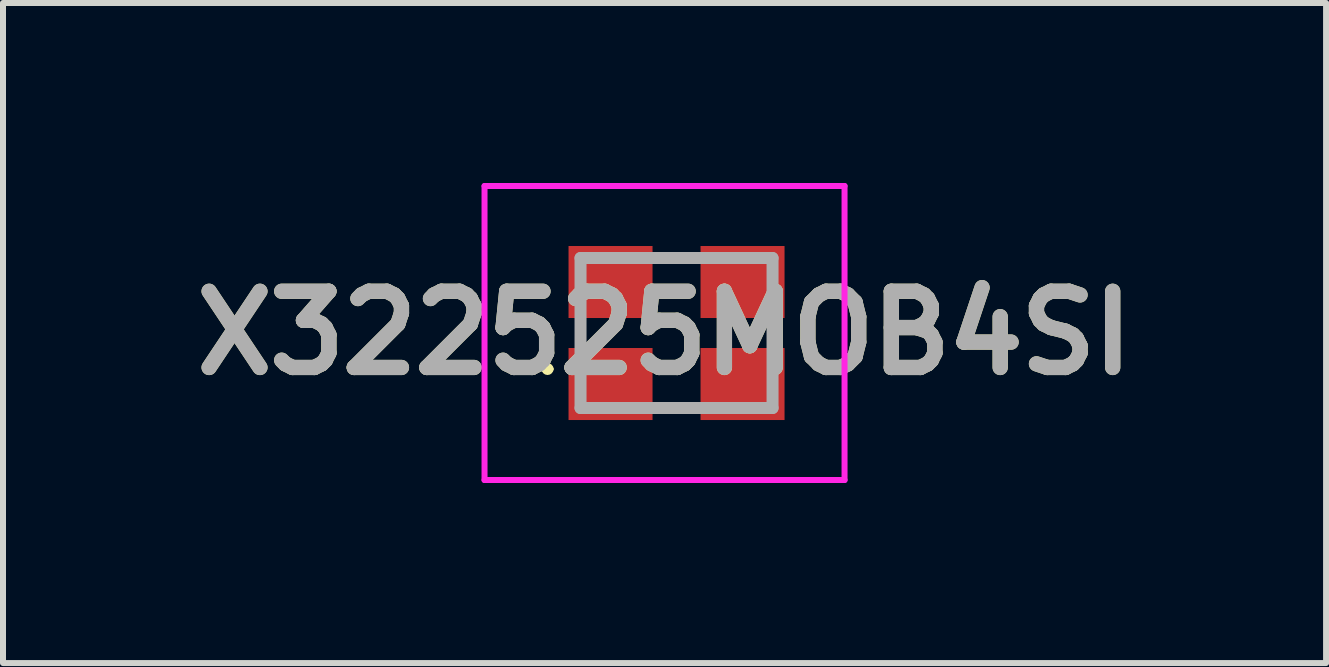
<source format=kicad_pcb>
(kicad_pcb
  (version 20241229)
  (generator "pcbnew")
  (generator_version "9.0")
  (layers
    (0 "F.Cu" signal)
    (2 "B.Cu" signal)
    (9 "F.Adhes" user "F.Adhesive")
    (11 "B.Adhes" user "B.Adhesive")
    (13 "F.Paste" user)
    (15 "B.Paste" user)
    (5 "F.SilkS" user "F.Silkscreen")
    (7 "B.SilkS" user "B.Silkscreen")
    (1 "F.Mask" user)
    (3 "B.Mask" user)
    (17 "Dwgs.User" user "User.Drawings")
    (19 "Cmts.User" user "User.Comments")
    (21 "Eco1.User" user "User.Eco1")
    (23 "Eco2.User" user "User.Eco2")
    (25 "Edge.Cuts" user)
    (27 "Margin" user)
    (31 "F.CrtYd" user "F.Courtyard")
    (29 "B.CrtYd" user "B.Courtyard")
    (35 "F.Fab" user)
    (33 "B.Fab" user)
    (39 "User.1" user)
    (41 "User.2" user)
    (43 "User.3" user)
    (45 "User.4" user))
  (footprint "X322525MOB4SI"
    (layer "F.Cu")
    (at 8.225 2.5)
    (property "Reference" "X322525MOB4SI" (at -0.2 0 0) (layer "F.SilkS") (effects (font (size 1.27 1.27) (thickness 0.254))))
    (attr smd)
    (fp_line (start -2.2 0.6) (end -2.2 0.6) (stroke (width 0.1) (type solid)) (layer "F.SilkS"))
    (fp_line (start -2.1 0.6) (end -2.1 0.6) (stroke (width 0.1) (type solid)) (layer "F.SilkS"))
    (fp_arc (start -2.2 0.6) (mid -2.15 0.55) (end -2.1 0.6) (stroke (width 0.1) (type solid)) (layer "F.SilkS"))
    (fp_arc (start -2.1 0.6) (mid -2.15 0.65) (end -2.2 0.6) (stroke (width 0.1) (type solid)) (layer "F.SilkS"))
    (fp_line (start -3.2 -2.45) (end 2.8 -2.45) (stroke (width 0.1) (type solid)) (layer "F.CrtYd"))
    (fp_line (start -3.2 2.45) (end -3.2 -2.45) (stroke (width 0.1) (type solid)) (layer "F.CrtYd"))
    (fp_line (start 2.8 -2.45) (end 2.8 2.45) (stroke (width 0.1) (type solid)) (layer "F.CrtYd"))
    (fp_line (start 2.8 2.45) (end -3.2 2.45) (stroke (width 0.1) (type solid)) (layer "F.CrtYd"))
    (fp_line (start -1.6 -1.25) (end 1.6 -1.25) (stroke (width 0.2) (type solid)) (layer "F.Fab"))
    (fp_line (start -1.6 1.25) (end -1.6 -1.25) (stroke (width 0.2) (type solid)) (layer "F.Fab"))
    (fp_line (start 1.6 -1.25) (end 1.6 1.25) (stroke (width 0.2) (type solid)) (layer "F.Fab"))
    (fp_line (start 1.6 1.25) (end -1.6 1.25) (stroke (width 0.2) (type solid)) (layer "F.Fab"))
    (fp_text user "${REFERENCE}" (at -0.2 0 0) (layer "F.Fab") (effects (font (size 1.27 1.27) (thickness 0.254))))
    (pad "1" smd rect (at -1.1 0.85 90) (size 1.2 1.4) (layers "F.Cu" "F.Mask" "F.Paste"))
    (pad "2" smd rect (at 1.1 0.85 90) (size 1.2 1.4) (layers "F.Cu" "F.Mask" "F.Paste"))
    (pad "3" smd rect (at 1.1 -0.85 90) (size 1.2 1.4) (layers "F.Cu" "F.Mask" "F.Paste"))
    (pad "4" smd rect (at -1.1 -0.85 90) (size 1.2 1.4) (layers "F.Cu" "F.Mask" "F.Paste")))
  (gr_rect
    (start -3 -3)
    (end 19.05 8)
    (stroke (width 0.1) (type default))
    (fill no)
    (layer "Edge.Cuts")))
</source>
